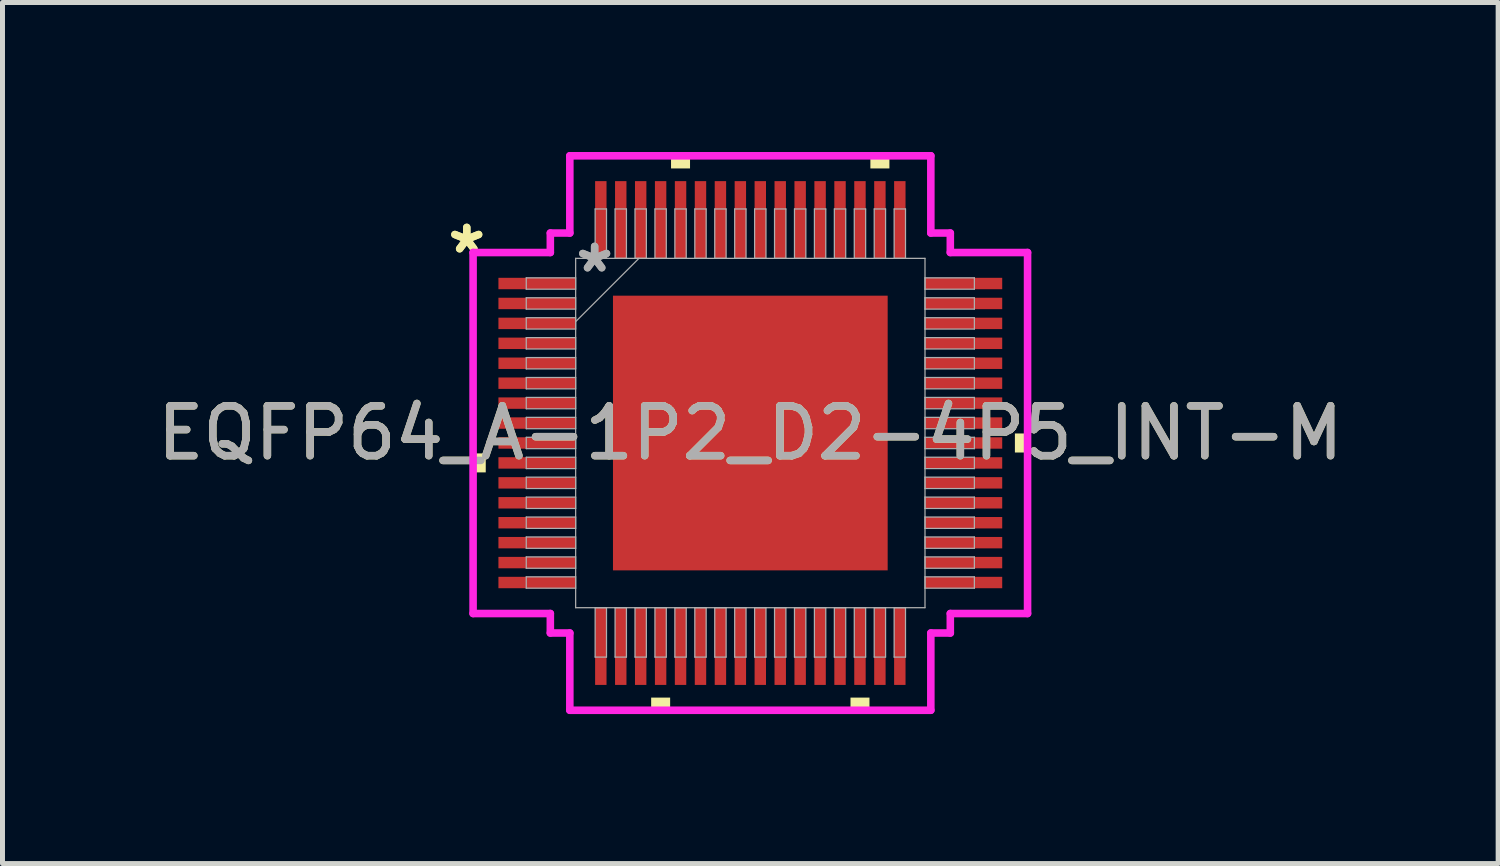
<source format=kicad_pcb>
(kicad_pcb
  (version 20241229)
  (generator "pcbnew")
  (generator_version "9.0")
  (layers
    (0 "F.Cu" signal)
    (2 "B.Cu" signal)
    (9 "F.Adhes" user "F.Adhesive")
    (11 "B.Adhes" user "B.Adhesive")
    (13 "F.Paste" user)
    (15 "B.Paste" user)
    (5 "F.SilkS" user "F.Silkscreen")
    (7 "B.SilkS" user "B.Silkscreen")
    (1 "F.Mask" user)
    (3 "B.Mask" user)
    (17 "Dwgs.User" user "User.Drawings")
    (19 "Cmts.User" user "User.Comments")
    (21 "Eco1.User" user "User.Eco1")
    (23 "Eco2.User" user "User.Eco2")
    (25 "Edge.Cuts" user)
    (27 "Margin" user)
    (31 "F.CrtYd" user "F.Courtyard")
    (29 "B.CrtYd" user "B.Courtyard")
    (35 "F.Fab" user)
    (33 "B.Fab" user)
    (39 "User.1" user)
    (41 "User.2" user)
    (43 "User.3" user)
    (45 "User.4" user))
  (footprint "EQFP64_A-1P2_D2-4P5_INT-M"
    (layer "F.Cu")
    (at 12.006 5.639)
    (property "Reference" "EQFP64_A-1P2_D2-4P5_INT-M" (at 0 0 0) (unlocked yes) (layer "F.SilkS") (effects (font (size 1 1) (thickness 0.15))))
    (attr smd)
    (fp_poly (pts (xy -5.563 0.409) (xy -5.563 0.79) (xy -5.309 0.79) (xy -5.309 0.409)) (stroke (width 0) (type solid)) (fill yes) (layer "F.SilkS"))
    (fp_poly (pts (xy -1.99 5.309) (xy -1.99 5.563) (xy -1.609 5.563) (xy -1.609 5.309)) (stroke (width 0) (type solid)) (fill yes) (layer "F.SilkS"))
    (fp_poly (pts (xy -1.591 -5.309) (xy -1.591 -5.563) (xy -1.21 -5.563) (xy -1.21 -5.309)) (stroke (width 0) (type solid)) (fill yes) (layer "F.SilkS"))
    (fp_poly (pts (xy 2.01 5.309) (xy 2.01 5.563) (xy 2.391 5.563) (xy 2.391 5.309)) (stroke (width 0) (type solid)) (fill yes) (layer "F.SilkS"))
    (fp_poly (pts (xy 2.409 -5.309) (xy 2.409 -5.563) (xy 2.791 -5.563) (xy 2.791 -5.309)) (stroke (width 0) (type solid)) (fill yes) (layer "F.SilkS"))
    (fp_poly (pts (xy 5.563 0.009) (xy 5.563 0.391) (xy 5.309 0.391) (xy 5.309 0.009)) (stroke (width 0) (type solid)) (fill yes) (layer "F.SilkS"))
    (fp_poly (pts (xy -2.656 -2.656) (xy -2.656 -1.478) (xy -1.478 -1.478) (xy -1.478 -2.656)) (stroke (width 0) (type solid)) (fill yes) (layer "F.Paste"))
    (fp_poly (pts (xy -2.656 -1.278) (xy -2.656 -0.1) (xy -1.478 -0.1) (xy -1.478 -1.278)) (stroke (width 0) (type solid)) (fill yes) (layer "F.Paste"))
    (fp_poly (pts (xy -2.656 0.1) (xy -2.656 1.278) (xy -1.478 1.278) (xy -1.478 0.1)) (stroke (width 0) (type solid)) (fill yes) (layer "F.Paste"))
    (fp_poly (pts (xy -2.656 1.478) (xy -2.656 2.656) (xy -1.478 2.656) (xy -1.478 1.478)) (stroke (width 0) (type solid)) (fill yes) (layer "F.Paste"))
    (fp_poly (pts (xy -1.278 -2.656) (xy -1.278 -1.478) (xy -0.1 -1.478) (xy -0.1 -2.656)) (stroke (width 0) (type solid)) (fill yes) (layer "F.Paste"))
    (fp_poly (pts (xy -1.278 -1.278) (xy -1.278 -0.1) (xy -0.1 -0.1) (xy -0.1 -1.278)) (stroke (width 0) (type solid)) (fill yes) (layer "F.Paste"))
    (fp_poly (pts (xy -1.278 0.1) (xy -1.278 1.278) (xy -0.1 1.278) (xy -0.1 0.1)) (stroke (width 0) (type solid)) (fill yes) (layer "F.Paste"))
    (fp_poly (pts (xy -1.278 1.478) (xy -1.278 2.656) (xy -0.1 2.656) (xy -0.1 1.478)) (stroke (width 0) (type solid)) (fill yes) (layer "F.Paste"))
    (fp_poly (pts (xy 0.1 -2.656) (xy 0.1 -1.478) (xy 1.278 -1.478) (xy 1.278 -2.656)) (stroke (width 0) (type solid)) (fill yes) (layer "F.Paste"))
    (fp_poly (pts (xy 0.1 -1.278) (xy 0.1 -0.1) (xy 1.278 -0.1) (xy 1.278 -1.278)) (stroke (width 0) (type solid)) (fill yes) (layer "F.Paste"))
    (fp_poly (pts (xy 0.1 0.1) (xy 0.1 1.278) (xy 1.278 1.278) (xy 1.278 0.1)) (stroke (width 0) (type solid)) (fill yes) (layer "F.Paste"))
    (fp_poly (pts (xy 0.1 1.478) (xy 0.1 2.656) (xy 1.278 2.656) (xy 1.278 1.478)) (stroke (width 0) (type solid)) (fill yes) (layer "F.Paste"))
    (fp_poly (pts (xy 1.478 -2.656) (xy 1.478 -1.478) (xy 2.656 -1.478) (xy 2.656 -2.656)) (stroke (width 0) (type solid)) (fill yes) (layer "F.Paste"))
    (fp_poly (pts (xy 1.478 -1.278) (xy 1.478 -0.1) (xy 2.656 -0.1) (xy 2.656 -1.278)) (stroke (width 0) (type solid)) (fill yes) (layer "F.Paste"))
    (fp_poly (pts (xy 1.478 0.1) (xy 1.478 1.278) (xy 2.656 1.278) (xy 2.656 0.1)) (stroke (width 0) (type solid)) (fill yes) (layer "F.Paste"))
    (fp_poly (pts (xy 1.478 1.478) (xy 1.478 2.656) (xy 2.656 2.656) (xy 2.656 1.478)) (stroke (width 0) (type solid)) (fill yes) (layer "F.Paste"))
    (fp_line (start -5.563 -3.622) (end -4.013 -3.622) (stroke (width 0.152) (type solid)) (layer "F.CrtYd"))
    (fp_line (start -5.563 3.622) (end -5.563 -3.622) (stroke (width 0.152) (type solid)) (layer "F.CrtYd"))
    (fp_line (start -4.013 -4.013) (end -3.622 -4.013) (stroke (width 0.152) (type solid)) (layer "F.CrtYd"))
    (fp_line (start -4.013 -3.622) (end -4.013 -4.013) (stroke (width 0.152) (type solid)) (layer "F.CrtYd"))
    (fp_line (start -4.013 3.622) (end -5.563 3.622) (stroke (width 0.152) (type solid)) (layer "F.CrtYd"))
    (fp_line (start -4.013 4.013) (end -4.013 3.622) (stroke (width 0.152) (type solid)) (layer "F.CrtYd"))
    (fp_line (start -4.013 4.013) (end -3.622 4.013) (stroke (width 0.152) (type solid)) (layer "F.CrtYd"))
    (fp_line (start -3.622 -5.563) (end 3.622 -5.563) (stroke (width 0.152) (type solid)) (layer "F.CrtYd"))
    (fp_line (start -3.622 -4.013) (end -3.622 -5.563) (stroke (width 0.152) (type solid)) (layer "F.CrtYd"))
    (fp_line (start -3.622 4.013) (end -3.622 5.563) (stroke (width 0.152) (type solid)) (layer "F.CrtYd"))
    (fp_line (start -3.622 5.563) (end 3.622 5.563) (stroke (width 0.152) (type solid)) (layer "F.CrtYd"))
    (fp_line (start 3.622 -5.563) (end 3.622 -4.013) (stroke (width 0.152) (type solid)) (layer "F.CrtYd"))
    (fp_line (start 3.622 -4.013) (end 4.013 -4.013) (stroke (width 0.152) (type solid)) (layer "F.CrtYd"))
    (fp_line (start 3.622 4.013) (end 4.013 4.013) (stroke (width 0.152) (type solid)) (layer "F.CrtYd"))
    (fp_line (start 3.622 5.563) (end 3.622 4.013) (stroke (width 0.152) (type solid)) (layer "F.CrtYd"))
    (fp_line (start 4.013 -3.622) (end 4.013 -4.013) (stroke (width 0.152) (type solid)) (layer "F.CrtYd"))
    (fp_line (start 4.013 3.622) (end 5.563 3.622) (stroke (width 0.152) (type solid)) (layer "F.CrtYd"))
    (fp_line (start 4.013 4.013) (end 4.013 3.622) (stroke (width 0.152) (type solid)) (layer "F.CrtYd"))
    (fp_line (start 5.563 -3.622) (end 4.013 -3.622) (stroke (width 0.152) (type solid)) (layer "F.CrtYd"))
    (fp_line (start 5.563 3.622) (end 5.563 -3.622) (stroke (width 0.152) (type solid)) (layer "F.CrtYd"))
    (fp_line (start -4.496 -3.114) (end -4.496 -2.886) (stroke (width 0.025) (type solid)) (layer "F.Fab"))
    (fp_line (start -4.496 -2.886) (end -3.505 -2.886) (stroke (width 0.025) (type solid)) (layer "F.Fab"))
    (fp_line (start -4.496 -2.714) (end -4.496 -2.486) (stroke (width 0.025) (type solid)) (layer "F.Fab"))
    (fp_line (start -4.496 -2.486) (end -3.505 -2.486) (stroke (width 0.025) (type solid)) (layer "F.Fab"))
    (fp_line (start -4.496 -2.314) (end -4.496 -2.086) (stroke (width 0.025) (type solid)) (layer "F.Fab"))
    (fp_line (start -4.496 -2.086) (end -3.505 -2.086) (stroke (width 0.025) (type solid)) (layer "F.Fab"))
    (fp_line (start -4.496 -1.914) (end -4.496 -1.686) (stroke (width 0.025) (type solid)) (layer "F.Fab"))
    (fp_line (start -4.496 -1.686) (end -3.505 -1.686) (stroke (width 0.025) (type solid)) (layer "F.Fab"))
    (fp_line (start -4.496 -1.514) (end -4.496 -1.286) (stroke (width 0.025) (type solid)) (layer "F.Fab"))
    (fp_line (start -4.496 -1.286) (end -3.505 -1.286) (stroke (width 0.025) (type solid)) (layer "F.Fab"))
    (fp_line (start -4.496 -1.114) (end -4.496 -0.886) (stroke (width 0.025) (type solid)) (layer "F.Fab"))
    (fp_line (start -4.496 -0.886) (end -3.505 -0.886) (stroke (width 0.025) (type solid)) (layer "F.Fab"))
    (fp_line (start -4.496 -0.714) (end -4.496 -0.486) (stroke (width 0.025) (type solid)) (layer "F.Fab"))
    (fp_line (start -4.496 -0.486) (end -3.505 -0.486) (stroke (width 0.025) (type solid)) (layer "F.Fab"))
    (fp_line (start -4.496 -0.314) (end -4.496 -0.086) (stroke (width 0.025) (type solid)) (layer "F.Fab"))
    (fp_line (start -4.496 -0.086) (end -3.505 -0.086) (stroke (width 0.025) (type solid)) (layer "F.Fab"))
    (fp_line (start -4.496 0.086) (end -4.496 0.314) (stroke (width 0.025) (type solid)) (layer "F.Fab"))
    (fp_line (start -4.496 0.314) (end -3.505 0.314) (stroke (width 0.025) (type solid)) (layer "F.Fab"))
    (fp_line (start -4.496 0.486) (end -4.496 0.714) (stroke (width 0.025) (type solid)) (layer "F.Fab"))
    (fp_line (start -4.496 0.714) (end -3.505 0.714) (stroke (width 0.025) (type solid)) (layer "F.Fab"))
    (fp_line (start -4.496 0.886) (end -4.496 1.114) (stroke (width 0.025) (type solid)) (layer "F.Fab"))
    (fp_line (start -4.496 1.114) (end -3.505 1.114) (stroke (width 0.025) (type solid)) (layer "F.Fab"))
    (fp_line (start -4.496 1.286) (end -4.496 1.514) (stroke (width 0.025) (type solid)) (layer "F.Fab"))
    (fp_line (start -4.496 1.514) (end -3.505 1.514) (stroke (width 0.025) (type solid)) (layer "F.Fab"))
    (fp_line (start -4.496 1.686) (end -4.496 1.914) (stroke (width 0.025) (type solid)) (layer "F.Fab"))
    (fp_line (start -4.496 1.914) (end -3.505 1.914) (stroke (width 0.025) (type solid)) (layer "F.Fab"))
    (fp_line (start -4.496 2.086) (end -4.496 2.314) (stroke (width 0.025) (type solid)) (layer "F.Fab"))
    (fp_line (start -4.496 2.314) (end -3.505 2.314) (stroke (width 0.025) (type solid)) (layer "F.Fab"))
    (fp_line (start -4.496 2.486) (end -4.496 2.714) (stroke (width 0.025) (type solid)) (layer "F.Fab"))
    (fp_line (start -4.496 2.714) (end -3.505 2.714) (stroke (width 0.025) (type solid)) (layer "F.Fab"))
    (fp_line (start -4.496 2.886) (end -4.496 3.114) (stroke (width 0.025) (type solid)) (layer "F.Fab"))
    (fp_line (start -4.496 3.114) (end -3.505 3.114) (stroke (width 0.025) (type solid)) (layer "F.Fab"))
    (fp_line (start -3.505 -3.505) (end -3.505 3.505) (stroke (width 0.025) (type solid)) (layer "F.Fab"))
    (fp_line (start -3.505 -3.114) (end -4.496 -3.114) (stroke (width 0.025) (type solid)) (layer "F.Fab"))
    (fp_line (start -3.505 -2.886) (end -3.505 -3.114) (stroke (width 0.025) (type solid)) (layer "F.Fab"))
    (fp_line (start -3.505 -2.714) (end -4.496 -2.714) (stroke (width 0.025) (type solid)) (layer "F.Fab"))
    (fp_line (start -3.505 -2.486) (end -3.505 -2.714) (stroke (width 0.025) (type solid)) (layer "F.Fab"))
    (fp_line (start -3.505 -2.314) (end -4.496 -2.314) (stroke (width 0.025) (type solid)) (layer "F.Fab"))
    (fp_line (start -3.505 -2.235) (end -2.235 -3.505) (stroke (width 0.025) (type solid)) (layer "F.Fab"))
    (fp_line (start -3.505 -2.086) (end -3.505 -2.314) (stroke (width 0.025) (type solid)) (layer "F.Fab"))
    (fp_line (start -3.505 -1.914) (end -4.496 -1.914) (stroke (width 0.025) (type solid)) (layer "F.Fab"))
    (fp_line (start -3.505 -1.686) (end -3.505 -1.914) (stroke (width 0.025) (type solid)) (layer "F.Fab"))
    (fp_line (start -3.505 -1.514) (end -4.496 -1.514) (stroke (width 0.025) (type solid)) (layer "F.Fab"))
    (fp_line (start -3.505 -1.286) (end -3.505 -1.514) (stroke (width 0.025) (type solid)) (layer "F.Fab"))
    (fp_line (start -3.505 -1.114) (end -4.496 -1.114) (stroke (width 0.025) (type solid)) (layer "F.Fab"))
    (fp_line (start -3.505 -0.886) (end -3.505 -1.114) (stroke (width 0.025) (type solid)) (layer "F.Fab"))
    (fp_line (start -3.505 -0.714) (end -4.496 -0.714) (stroke (width 0.025) (type solid)) (layer "F.Fab"))
    (fp_line (start -3.505 -0.486) (end -3.505 -0.714) (stroke (width 0.025) (type solid)) (layer "F.Fab"))
    (fp_line (start -3.505 -0.314) (end -4.496 -0.314) (stroke (width 0.025) (type solid)) (layer "F.Fab"))
    (fp_line (start -3.505 -0.086) (end -3.505 -0.314) (stroke (width 0.025) (type solid)) (layer "F.Fab"))
    (fp_line (start -3.505 0.086) (end -4.496 0.086) (stroke (width 0.025) (type solid)) (layer "F.Fab"))
    (fp_line (start -3.505 0.314) (end -3.505 0.086) (stroke (width 0.025) (type solid)) (layer "F.Fab"))
    (fp_line (start -3.505 0.486) (end -4.496 0.486) (stroke (width 0.025) (type solid)) (layer "F.Fab"))
    (fp_line (start -3.505 0.714) (end -3.505 0.486) (stroke (width 0.025) (type solid)) (layer "F.Fab"))
    (fp_line (start -3.505 0.886) (end -4.496 0.886) (stroke (width 0.025) (type solid)) (layer "F.Fab"))
    (fp_line (start -3.505 1.114) (end -3.505 0.886) (stroke (width 0.025) (type solid)) (layer "F.Fab"))
    (fp_line (start -3.505 1.286) (end -4.496 1.286) (stroke (width 0.025) (type solid)) (layer "F.Fab"))
    (fp_line (start -3.505 1.514) (end -3.505 1.286) (stroke (width 0.025) (type solid)) (layer "F.Fab"))
    (fp_line (start -3.505 1.686) (end -4.496 1.686) (stroke (width 0.025) (type solid)) (layer "F.Fab"))
    (fp_line (start -3.505 1.914) (end -3.505 1.686) (stroke (width 0.025) (type solid)) (layer "F.Fab"))
    (fp_line (start -3.505 2.086) (end -4.496 2.086) (stroke (width 0.025) (type solid)) (layer "F.Fab"))
    (fp_line (start -3.505 2.314) (end -3.505 2.086) (stroke (width 0.025) (type solid)) (layer "F.Fab"))
    (fp_line (start -3.505 2.486) (end -4.496 2.486) (stroke (width 0.025) (type solid)) (layer "F.Fab"))
    (fp_line (start -3.505 2.714) (end -3.505 2.486) (stroke (width 0.025) (type solid)) (layer "F.Fab"))
    (fp_line (start -3.505 2.886) (end -4.496 2.886) (stroke (width 0.025) (type solid)) (layer "F.Fab"))
    (fp_line (start -3.505 3.114) (end -3.505 2.886) (stroke (width 0.025) (type solid)) (layer "F.Fab"))
    (fp_line (start -3.505 3.505) (end 3.505 3.505) (stroke (width 0.025) (type solid)) (layer "F.Fab"))
    (fp_line (start -3.114 -4.496) (end -3.114 -3.505) (stroke (width 0.025) (type solid)) (layer "F.Fab"))
    (fp_line (start -3.114 -3.505) (end -2.886 -3.505) (stroke (width 0.025) (type solid)) (layer "F.Fab"))
    (fp_line (start -3.114 3.505) (end -3.114 4.496) (stroke (width 0.025) (type solid)) (layer "F.Fab"))
    (fp_line (start -3.114 4.496) (end -2.886 4.496) (stroke (width 0.025) (type solid)) (layer "F.Fab"))
    (fp_line (start -2.886 -4.496) (end -3.114 -4.496) (stroke (width 0.025) (type solid)) (layer "F.Fab"))
    (fp_line (start -2.886 -3.505) (end -2.886 -4.496) (stroke (width 0.025) (type solid)) (layer "F.Fab"))
    (fp_line (start -2.886 3.505) (end -3.114 3.505) (stroke (width 0.025) (type solid)) (layer "F.Fab"))
    (fp_line (start -2.886 4.496) (end -2.886 3.505) (stroke (width 0.025) (type solid)) (layer "F.Fab"))
    (fp_line (start -2.714 -4.496) (end -2.714 -3.505) (stroke (width 0.025) (type solid)) (layer "F.Fab"))
    (fp_line (start -2.714 -3.505) (end -2.486 -3.505) (stroke (width 0.025) (type solid)) (layer "F.Fab"))
    (fp_line (start -2.714 3.505) (end -2.714 4.496) (stroke (width 0.025) (type solid)) (layer "F.Fab"))
    (fp_line (start -2.714 4.496) (end -2.486 4.496) (stroke (width 0.025) (type solid)) (layer "F.Fab"))
    (fp_line (start -2.486 -4.496) (end -2.714 -4.496) (stroke (width 0.025) (type solid)) (layer "F.Fab"))
    (fp_line (start -2.486 -3.505) (end -2.486 -4.496) (stroke (width 0.025) (type solid)) (layer "F.Fab"))
    (fp_line (start -2.486 3.505) (end -2.714 3.505) (stroke (width 0.025) (type solid)) (layer "F.Fab"))
    (fp_line (start -2.486 4.496) (end -2.486 3.505) (stroke (width 0.025) (type solid)) (layer "F.Fab"))
    (fp_line (start -2.314 -4.496) (end -2.314 -3.505) (stroke (width 0.025) (type solid)) (layer "F.Fab"))
    (fp_line (start -2.314 -3.505) (end -2.086 -3.505) (stroke (width 0.025) (type solid)) (layer "F.Fab"))
    (fp_line (start -2.314 3.505) (end -2.314 4.496) (stroke (width 0.025) (type solid)) (layer "F.Fab"))
    (fp_line (start -2.314 4.496) (end -2.086 4.496) (stroke (width 0.025) (type solid)) (layer "F.Fab"))
    (fp_line (start -2.086 -4.496) (end -2.314 -4.496) (stroke (width 0.025) (type solid)) (layer "F.Fab"))
    (fp_line (start -2.086 -3.505) (end -2.086 -4.496) (stroke (width 0.025) (type solid)) (layer "F.Fab"))
    (fp_line (start -2.086 3.505) (end -2.314 3.505) (stroke (width 0.025) (type solid)) (layer "F.Fab"))
    (fp_line (start -2.086 4.496) (end -2.086 3.505) (stroke (width 0.025) (type solid)) (layer "F.Fab"))
    (fp_line (start -1.914 -4.496) (end -1.914 -3.505) (stroke (width 0.025) (type solid)) (layer "F.Fab"))
    (fp_line (start -1.914 -3.505) (end -1.686 -3.505) (stroke (width 0.025) (type solid)) (layer "F.Fab"))
    (fp_line (start -1.914 3.505) (end -1.914 4.496) (stroke (width 0.025) (type solid)) (layer "F.Fab"))
    (fp_line (start -1.914 4.496) (end -1.686 4.496) (stroke (width 0.025) (type solid)) (layer "F.Fab"))
    (fp_line (start -1.686 -4.496) (end -1.914 -4.496) (stroke (width 0.025) (type solid)) (layer "F.Fab"))
    (fp_line (start -1.686 -3.505) (end -1.686 -4.496) (stroke (width 0.025) (type solid)) (layer "F.Fab"))
    (fp_line (start -1.686 3.505) (end -1.914 3.505) (stroke (width 0.025) (type solid)) (layer "F.Fab"))
    (fp_line (start -1.686 4.496) (end -1.686 3.505) (stroke (width 0.025) (type solid)) (layer "F.Fab"))
    (fp_line (start -1.514 -4.496) (end -1.514 -3.505) (stroke (width 0.025) (type solid)) (layer "F.Fab"))
    (fp_line (start -1.514 -3.505) (end -1.286 -3.505) (stroke (width 0.025) (type solid)) (layer "F.Fab"))
    (fp_line (start -1.514 3.505) (end -1.514 4.496) (stroke (width 0.025) (type solid)) (layer "F.Fab"))
    (fp_line (start -1.514 4.496) (end -1.286 4.496) (stroke (width 0.025) (type solid)) (layer "F.Fab"))
    (fp_line (start -1.286 -4.496) (end -1.514 -4.496) (stroke (width 0.025) (type solid)) (layer "F.Fab"))
    (fp_line (start -1.286 -3.505) (end -1.286 -4.496) (stroke (width 0.025) (type solid)) (layer "F.Fab"))
    (fp_line (start -1.286 3.505) (end -1.514 3.505) (stroke (width 0.025) (type solid)) (layer "F.Fab"))
    (fp_line (start -1.286 4.496) (end -1.286 3.505) (stroke (width 0.025) (type solid)) (layer "F.Fab"))
    (fp_line (start -1.114 -4.496) (end -1.114 -3.505) (stroke (width 0.025) (type solid)) (layer "F.Fab"))
    (fp_line (start -1.114 -3.505) (end -0.886 -3.505) (stroke (width 0.025) (type solid)) (layer "F.Fab"))
    (fp_line (start -1.114 3.505) (end -1.114 4.496) (stroke (width 0.025) (type solid)) (layer "F.Fab"))
    (fp_line (start -1.114 4.496) (end -0.886 4.496) (stroke (width 0.025) (type solid)) (layer "F.Fab"))
    (fp_line (start -0.886 -4.496) (end -1.114 -4.496) (stroke (width 0.025) (type solid)) (layer "F.Fab"))
    (fp_line (start -0.886 -3.505) (end -0.886 -4.496) (stroke (width 0.025) (type solid)) (layer "F.Fab"))
    (fp_line (start -0.886 3.505) (end -1.114 3.505) (stroke (width 0.025) (type solid)) (layer "F.Fab"))
    (fp_line (start -0.886 4.496) (end -0.886 3.505) (stroke (width 0.025) (type solid)) (layer "F.Fab"))
    (fp_line (start -0.714 -4.496) (end -0.714 -3.505) (stroke (width 0.025) (type solid)) (layer "F.Fab"))
    (fp_line (start -0.714 -3.505) (end -0.486 -3.505) (stroke (width 0.025) (type solid)) (layer "F.Fab"))
    (fp_line (start -0.714 3.505) (end -0.714 4.496) (stroke (width 0.025) (type solid)) (layer "F.Fab"))
    (fp_line (start -0.714 4.496) (end -0.486 4.496) (stroke (width 0.025) (type solid)) (layer "F.Fab"))
    (fp_line (start -0.486 -4.496) (end -0.714 -4.496) (stroke (width 0.025) (type solid)) (layer "F.Fab"))
    (fp_line (start -0.486 -3.505) (end -0.486 -4.496) (stroke (width 0.025) (type solid)) (layer "F.Fab"))
    (fp_line (start -0.486 3.505) (end -0.714 3.505) (stroke (width 0.025) (type solid)) (layer "F.Fab"))
    (fp_line (start -0.486 4.496) (end -0.486 3.505) (stroke (width 0.025) (type solid)) (layer "F.Fab"))
    (fp_line (start -0.314 -4.496) (end -0.314 -3.505) (stroke (width 0.025) (type solid)) (layer "F.Fab"))
    (fp_line (start -0.314 -3.505) (end -0.086 -3.505) (stroke (width 0.025) (type solid)) (layer "F.Fab"))
    (fp_line (start -0.314 3.505) (end -0.314 4.496) (stroke (width 0.025) (type solid)) (layer "F.Fab"))
    (fp_line (start -0.314 4.496) (end -0.086 4.496) (stroke (width 0.025) (type solid)) (layer "F.Fab"))
    (fp_line (start -0.086 -4.496) (end -0.314 -4.496) (stroke (width 0.025) (type solid)) (layer "F.Fab"))
    (fp_line (start -0.086 -3.505) (end -0.086 -4.496) (stroke (width 0.025) (type solid)) (layer "F.Fab"))
    (fp_line (start -0.086 3.505) (end -0.314 3.505) (stroke (width 0.025) (type solid)) (layer "F.Fab"))
    (fp_line (start -0.086 4.496) (end -0.086 3.505) (stroke (width 0.025) (type solid)) (layer "F.Fab"))
    (fp_line (start 0.086 -4.496) (end 0.086 -3.505) (stroke (width 0.025) (type solid)) (layer "F.Fab"))
    (fp_line (start 0.086 -3.505) (end 0.314 -3.505) (stroke (width 0.025) (type solid)) (layer "F.Fab"))
    (fp_line (start 0.086 3.505) (end 0.086 4.496) (stroke (width 0.025) (type solid)) (layer "F.Fab"))
    (fp_line (start 0.086 4.496) (end 0.314 4.496) (stroke (width 0.025) (type solid)) (layer "F.Fab"))
    (fp_line (start 0.314 -4.496) (end 0.086 -4.496) (stroke (width 0.025) (type solid)) (layer "F.Fab"))
    (fp_line (start 0.314 -3.505) (end 0.314 -4.496) (stroke (width 0.025) (type solid)) (layer "F.Fab"))
    (fp_line (start 0.314 3.505) (end 0.086 3.505) (stroke (width 0.025) (type solid)) (layer "F.Fab"))
    (fp_line (start 0.314 4.496) (end 0.314 3.505) (stroke (width 0.025) (type solid)) (layer "F.Fab"))
    (fp_line (start 0.486 -4.496) (end 0.486 -3.505) (stroke (width 0.025) (type solid)) (layer "F.Fab"))
    (fp_line (start 0.486 -3.505) (end 0.714 -3.505) (stroke (width 0.025) (type solid)) (layer "F.Fab"))
    (fp_line (start 0.486 3.505) (end 0.486 4.496) (stroke (width 0.025) (type solid)) (layer "F.Fab"))
    (fp_line (start 0.486 4.496) (end 0.714 4.496) (stroke (width 0.025) (type solid)) (layer "F.Fab"))
    (fp_line (start 0.714 -4.496) (end 0.486 -4.496) (stroke (width 0.025) (type solid)) (layer "F.Fab"))
    (fp_line (start 0.714 -3.505) (end 0.714 -4.496) (stroke (width 0.025) (type solid)) (layer "F.Fab"))
    (fp_line (start 0.714 3.505) (end 0.486 3.505) (stroke (width 0.025) (type solid)) (layer "F.Fab"))
    (fp_line (start 0.714 4.496) (end 0.714 3.505) (stroke (width 0.025) (type solid)) (layer "F.Fab"))
    (fp_line (start 0.886 -4.496) (end 0.886 -3.505) (stroke (width 0.025) (type solid)) (layer "F.Fab"))
    (fp_line (start 0.886 -3.505) (end 1.114 -3.505) (stroke (width 0.025) (type solid)) (layer "F.Fab"))
    (fp_line (start 0.886 3.505) (end 0.886 4.496) (stroke (width 0.025) (type solid)) (layer "F.Fab"))
    (fp_line (start 0.886 4.496) (end 1.114 4.496) (stroke (width 0.025) (type solid)) (layer "F.Fab"))
    (fp_line (start 1.114 -4.496) (end 0.886 -4.496) (stroke (width 0.025) (type solid)) (layer "F.Fab"))
    (fp_line (start 1.114 -3.505) (end 1.114 -4.496) (stroke (width 0.025) (type solid)) (layer "F.Fab"))
    (fp_line (start 1.114 3.505) (end 0.886 3.505) (stroke (width 0.025) (type solid)) (layer "F.Fab"))
    (fp_line (start 1.114 4.496) (end 1.114 3.505) (stroke (width 0.025) (type solid)) (layer "F.Fab"))
    (fp_line (start 1.286 -4.496) (end 1.286 -3.505) (stroke (width 0.025) (type solid)) (layer "F.Fab"))
    (fp_line (start 1.286 -3.505) (end 1.514 -3.505) (stroke (width 0.025) (type solid)) (layer "F.Fab"))
    (fp_line (start 1.286 3.505) (end 1.286 4.496) (stroke (width 0.025) (type solid)) (layer "F.Fab"))
    (fp_line (start 1.286 4.496) (end 1.514 4.496) (stroke (width 0.025) (type solid)) (layer "F.Fab"))
    (fp_line (start 1.514 -4.496) (end 1.286 -4.496) (stroke (width 0.025) (type solid)) (layer "F.Fab"))
    (fp_line (start 1.514 -3.505) (end 1.514 -4.496) (stroke (width 0.025) (type solid)) (layer "F.Fab"))
    (fp_line (start 1.514 3.505) (end 1.286 3.505) (stroke (width 0.025) (type solid)) (layer "F.Fab"))
    (fp_line (start 1.514 4.496) (end 1.514 3.505) (stroke (width 0.025) (type solid)) (layer "F.Fab"))
    (fp_line (start 1.686 -4.496) (end 1.686 -3.505) (stroke (width 0.025) (type solid)) (layer "F.Fab"))
    (fp_line (start 1.686 -3.505) (end 1.914 -3.505) (stroke (width 0.025) (type solid)) (layer "F.Fab"))
    (fp_line (start 1.686 3.505) (end 1.686 4.496) (stroke (width 0.025) (type solid)) (layer "F.Fab"))
    (fp_line (start 1.686 4.496) (end 1.914 4.496) (stroke (width 0.025) (type solid)) (layer "F.Fab"))
    (fp_line (start 1.914 -4.496) (end 1.686 -4.496) (stroke (width 0.025) (type solid)) (layer "F.Fab"))
    (fp_line (start 1.914 -3.505) (end 1.914 -4.496) (stroke (width 0.025) (type solid)) (layer "F.Fab"))
    (fp_line (start 1.914 3.505) (end 1.686 3.505) (stroke (width 0.025) (type solid)) (layer "F.Fab"))
    (fp_line (start 1.914 4.496) (end 1.914 3.505) (stroke (width 0.025) (type solid)) (layer "F.Fab"))
    (fp_line (start 2.086 -4.496) (end 2.086 -3.505) (stroke (width 0.025) (type solid)) (layer "F.Fab"))
    (fp_line (start 2.086 -3.505) (end 2.314 -3.505) (stroke (width 0.025) (type solid)) (layer "F.Fab"))
    (fp_line (start 2.086 3.505) (end 2.086 4.496) (stroke (width 0.025) (type solid)) (layer "F.Fab"))
    (fp_line (start 2.086 4.496) (end 2.314 4.496) (stroke (width 0.025) (type solid)) (layer "F.Fab"))
    (fp_line (start 2.314 -4.496) (end 2.086 -4.496) (stroke (width 0.025) (type solid)) (layer "F.Fab"))
    (fp_line (start 2.314 -3.505) (end 2.314 -4.496) (stroke (width 0.025) (type solid)) (layer "F.Fab"))
    (fp_line (start 2.314 3.505) (end 2.086 3.505) (stroke (width 0.025) (type solid)) (layer "F.Fab"))
    (fp_line (start 2.314 4.496) (end 2.314 3.505) (stroke (width 0.025) (type solid)) (layer "F.Fab"))
    (fp_line (start 2.486 -4.496) (end 2.486 -3.505) (stroke (width 0.025) (type solid)) (layer "F.Fab"))
    (fp_line (start 2.486 -3.505) (end 2.714 -3.505) (stroke (width 0.025) (type solid)) (layer "F.Fab"))
    (fp_line (start 2.486 3.505) (end 2.486 4.496) (stroke (width 0.025) (type solid)) (layer "F.Fab"))
    (fp_line (start 2.486 4.496) (end 2.714 4.496) (stroke (width 0.025) (type solid)) (layer "F.Fab"))
    (fp_line (start 2.714 -4.496) (end 2.486 -4.496) (stroke (width 0.025) (type solid)) (layer "F.Fab"))
    (fp_line (start 2.714 -3.505) (end 2.714 -4.496) (stroke (width 0.025) (type solid)) (layer "F.Fab"))
    (fp_line (start 2.714 3.505) (end 2.486 3.505) (stroke (width 0.025) (type solid)) (layer "F.Fab"))
    (fp_line (start 2.714 4.496) (end 2.714 3.505) (stroke (width 0.025) (type solid)) (layer "F.Fab"))
    (fp_line (start 2.886 -4.496) (end 2.886 -3.505) (stroke (width 0.025) (type solid)) (layer "F.Fab"))
    (fp_line (start 2.886 -3.505) (end 3.114 -3.505) (stroke (width 0.025) (type solid)) (layer "F.Fab"))
    (fp_line (start 2.886 3.505) (end 2.886 4.496) (stroke (width 0.025) (type solid)) (layer "F.Fab"))
    (fp_line (start 2.886 4.496) (end 3.114 4.496) (stroke (width 0.025) (type solid)) (layer "F.Fab"))
    (fp_line (start 3.114 -4.496) (end 2.886 -4.496) (stroke (width 0.025) (type solid)) (layer "F.Fab"))
    (fp_line (start 3.114 -3.505) (end 3.114 -4.496) (stroke (width 0.025) (type solid)) (layer "F.Fab"))
    (fp_line (start 3.114 3.505) (end 2.886 3.505) (stroke (width 0.025) (type solid)) (layer "F.Fab"))
    (fp_line (start 3.114 4.496) (end 3.114 3.505) (stroke (width 0.025) (type solid)) (layer "F.Fab"))
    (fp_line (start 3.505 -3.505) (end -3.505 -3.505) (stroke (width 0.025) (type solid)) (layer "F.Fab"))
    (fp_line (start 3.505 -3.114) (end 3.505 -2.886) (stroke (width 0.025) (type solid)) (layer "F.Fab"))
    (fp_line (start 3.505 -2.886) (end 4.496 -2.886) (stroke (width 0.025) (type solid)) (layer "F.Fab"))
    (fp_line (start 3.505 -2.714) (end 3.505 -2.486) (stroke (width 0.025) (type solid)) (layer "F.Fab"))
    (fp_line (start 3.505 -2.486) (end 4.496 -2.486) (stroke (width 0.025) (type solid)) (layer "F.Fab"))
    (fp_line (start 3.505 -2.314) (end 3.505 -2.086) (stroke (width 0.025) (type solid)) (layer "F.Fab"))
    (fp_line (start 3.505 -2.086) (end 4.496 -2.086) (stroke (width 0.025) (type solid)) (layer "F.Fab"))
    (fp_line (start 3.505 -1.914) (end 3.505 -1.686) (stroke (width 0.025) (type solid)) (layer "F.Fab"))
    (fp_line (start 3.505 -1.686) (end 4.496 -1.686) (stroke (width 0.025) (type solid)) (layer "F.Fab"))
    (fp_line (start 3.505 -1.514) (end 3.505 -1.286) (stroke (width 0.025) (type solid)) (layer "F.Fab"))
    (fp_line (start 3.505 -1.286) (end 4.496 -1.286) (stroke (width 0.025) (type solid)) (layer "F.Fab"))
    (fp_line (start 3.505 -1.114) (end 3.505 -0.886) (stroke (width 0.025) (type solid)) (layer "F.Fab"))
    (fp_line (start 3.505 -0.886) (end 4.496 -0.886) (stroke (width 0.025) (type solid)) (layer "F.Fab"))
    (fp_line (start 3.505 -0.714) (end 3.505 -0.486) (stroke (width 0.025) (type solid)) (layer "F.Fab"))
    (fp_line (start 3.505 -0.486) (end 4.496 -0.486) (stroke (width 0.025) (type solid)) (layer "F.Fab"))
    (fp_line (start 3.505 -0.314) (end 3.505 -0.086) (stroke (width 0.025) (type solid)) (layer "F.Fab"))
    (fp_line (start 3.505 -0.086) (end 4.496 -0.086) (stroke (width 0.025) (type solid)) (layer "F.Fab"))
    (fp_line (start 3.505 0.086) (end 3.505 0.314) (stroke (width 0.025) (type solid)) (layer "F.Fab"))
    (fp_line (start 3.505 0.314) (end 4.496 0.314) (stroke (width 0.025) (type solid)) (layer "F.Fab"))
    (fp_line (start 3.505 0.486) (end 3.505 0.714) (stroke (width 0.025) (type solid)) (layer "F.Fab"))
    (fp_line (start 3.505 0.714) (end 4.496 0.714) (stroke (width 0.025) (type solid)) (layer "F.Fab"))
    (fp_line (start 3.505 0.886) (end 3.505 1.114) (stroke (width 0.025) (type solid)) (layer "F.Fab"))
    (fp_line (start 3.505 1.114) (end 4.496 1.114) (stroke (width 0.025) (type solid)) (layer "F.Fab"))
    (fp_line (start 3.505 1.286) (end 3.505 1.514) (stroke (width 0.025) (type solid)) (layer "F.Fab"))
    (fp_line (start 3.505 1.514) (end 4.496 1.514) (stroke (width 0.025) (type solid)) (layer "F.Fab"))
    (fp_line (start 3.505 1.686) (end 3.505 1.914) (stroke (width 0.025) (type solid)) (layer "F.Fab"))
    (fp_line (start 3.505 1.914) (end 4.496 1.914) (stroke (width 0.025) (type solid)) (layer "F.Fab"))
    (fp_line (start 3.505 2.086) (end 3.505 2.314) (stroke (width 0.025) (type solid)) (layer "F.Fab"))
    (fp_line (start 3.505 2.314) (end 4.496 2.314) (stroke (width 0.025) (type solid)) (layer "F.Fab"))
    (fp_line (start 3.505 2.486) (end 3.505 2.714) (stroke (width 0.025) (type solid)) (layer "F.Fab"))
    (fp_line (start 3.505 2.714) (end 4.496 2.714) (stroke (width 0.025) (type solid)) (layer "F.Fab"))
    (fp_line (start 3.505 2.886) (end 3.505 3.114) (stroke (width 0.025) (type solid)) (layer "F.Fab"))
    (fp_line (start 3.505 3.114) (end 4.496 3.114) (stroke (width 0.025) (type solid)) (layer "F.Fab"))
    (fp_line (start 3.505 3.505) (end 3.505 -3.505) (stroke (width 0.025) (type solid)) (layer "F.Fab"))
    (fp_line (start 4.496 -3.114) (end 3.505 -3.114) (stroke (width 0.025) (type solid)) (layer "F.Fab"))
    (fp_line (start 4.496 -2.886) (end 4.496 -3.114) (stroke (width 0.025) (type solid)) (layer "F.Fab"))
    (fp_line (start 4.496 -2.714) (end 3.505 -2.714) (stroke (width 0.025) (type solid)) (layer "F.Fab"))
    (fp_line (start 4.496 -2.486) (end 4.496 -2.714) (stroke (width 0.025) (type solid)) (layer "F.Fab"))
    (fp_line (start 4.496 -2.314) (end 3.505 -2.314) (stroke (width 0.025) (type solid)) (layer "F.Fab"))
    (fp_line (start 4.496 -2.086) (end 4.496 -2.314) (stroke (width 0.025) (type solid)) (layer "F.Fab"))
    (fp_line (start 4.496 -1.914) (end 3.505 -1.914) (stroke (width 0.025) (type solid)) (layer "F.Fab"))
    (fp_line (start 4.496 -1.686) (end 4.496 -1.914) (stroke (width 0.025) (type solid)) (layer "F.Fab"))
    (fp_line (start 4.496 -1.514) (end 3.505 -1.514) (stroke (width 0.025) (type solid)) (layer "F.Fab"))
    (fp_line (start 4.496 -1.286) (end 4.496 -1.514) (stroke (width 0.025) (type solid)) (layer "F.Fab"))
    (fp_line (start 4.496 -1.114) (end 3.505 -1.114) (stroke (width 0.025) (type solid)) (layer "F.Fab"))
    (fp_line (start 4.496 -0.886) (end 4.496 -1.114) (stroke (width 0.025) (type solid)) (layer "F.Fab"))
    (fp_line (start 4.496 -0.714) (end 3.505 -0.714) (stroke (width 0.025) (type solid)) (layer "F.Fab"))
    (fp_line (start 4.496 -0.486) (end 4.496 -0.714) (stroke (width 0.025) (type solid)) (layer "F.Fab"))
    (fp_line (start 4.496 -0.314) (end 3.505 -0.314) (stroke (width 0.025) (type solid)) (layer "F.Fab"))
    (fp_line (start 4.496 -0.086) (end 4.496 -0.314) (stroke (width 0.025) (type solid)) (layer "F.Fab"))
    (fp_line (start 4.496 0.086) (end 3.505 0.086) (stroke (width 0.025) (type solid)) (layer "F.Fab"))
    (fp_line (start 4.496 0.314) (end 4.496 0.086) (stroke (width 0.025) (type solid)) (layer "F.Fab"))
    (fp_line (start 4.496 0.486) (end 3.505 0.486) (stroke (width 0.025) (type solid)) (layer "F.Fab"))
    (fp_line (start 4.496 0.714) (end 4.496 0.486) (stroke (width 0.025) (type solid)) (layer "F.Fab"))
    (fp_line (start 4.496 0.886) (end 3.505 0.886) (stroke (width 0.025) (type solid)) (layer "F.Fab"))
    (fp_line (start 4.496 1.114) (end 4.496 0.886) (stroke (width 0.025) (type solid)) (layer "F.Fab"))
    (fp_line (start 4.496 1.286) (end 3.505 1.286) (stroke (width 0.025) (type solid)) (layer "F.Fab"))
    (fp_line (start 4.496 1.514) (end 4.496 1.286) (stroke (width 0.025) (type solid)) (layer "F.Fab"))
    (fp_line (start 4.496 1.686) (end 3.505 1.686) (stroke (width 0.025) (type solid)) (layer "F.Fab"))
    (fp_line (start 4.496 1.914) (end 4.496 1.686) (stroke (width 0.025) (type solid)) (layer "F.Fab"))
    (fp_line (start 4.496 2.086) (end 3.505 2.086) (stroke (width 0.025) (type solid)) (layer "F.Fab"))
    (fp_line (start 4.496 2.314) (end 4.496 2.086) (stroke (width 0.025) (type solid)) (layer "F.Fab"))
    (fp_line (start 4.496 2.486) (end 3.505 2.486) (stroke (width 0.025) (type solid)) (layer "F.Fab"))
    (fp_line (start 4.496 2.714) (end 4.496 2.486) (stroke (width 0.025) (type solid)) (layer "F.Fab"))
    (fp_line (start 4.496 2.886) (end 3.505 2.886) (stroke (width 0.025) (type solid)) (layer "F.Fab"))
    (fp_line (start 4.496 3.114) (end 4.496 2.886) (stroke (width 0.025) (type solid)) (layer "F.Fab"))
    (fp_text user "*" (at -5.69 -3.581 0) (layer "F.SilkS") (effects (font (size 1 1) (thickness 0.15))))
    (fp_text user "*" (at -5.69 -3.581 0) (unlocked yes) (layer "F.SilkS") (effects (font (size 1 1) (thickness 0.15))))
    (fp_text user "${REFERENCE}" (at 0 0 0) (unlocked yes) (layer "F.Fab") (effects (font (size 1 1) (thickness 0.15))))
    (fp_text user "*" (at -3.124 -3.2 0) (layer "F.Fab") (effects (font (size 1 1) (thickness 0.15))))
    (fp_text user "*" (at -3.124 -3.2 0) (unlocked yes) (layer "F.Fab") (effects (font (size 1 1) (thickness 0.15))))
    (pad "1" smd rect (at -4.28 -3 90) (size 0.229 1.549) (layers "F.Cu" "F.Mask" "F.Paste"))
    (pad "2" smd rect (at -4.28 -2.6 90) (size 0.229 1.549) (layers "F.Cu" "F.Mask" "F.Paste"))
    (pad "3" smd rect (at -4.28 -2.2 90) (size 0.229 1.549) (layers "F.Cu" "F.Mask" "F.Paste"))
    (pad "4" smd rect (at -4.28 -1.8 90) (size 0.229 1.549) (layers "F.Cu" "F.Mask" "F.Paste"))
    (pad "5" smd rect (at -4.28 -1.4 90) (size 0.229 1.549) (layers "F.Cu" "F.Mask" "F.Paste"))
    (pad "6" smd rect (at -4.28 -1 90) (size 0.229 1.549) (layers "F.Cu" "F.Mask" "F.Paste"))
    (pad "7" smd rect (at -4.28 -0.6 90) (size 0.229 1.549) (layers "F.Cu" "F.Mask" "F.Paste"))
    (pad "8" smd rect (at -4.28 -0.2 90) (size 0.229 1.549) (layers "F.Cu" "F.Mask" "F.Paste"))
    (pad "9" smd rect (at -4.28 0.2 90) (size 0.229 1.549) (layers "F.Cu" "F.Mask" "F.Paste"))
    (pad "10" smd rect (at -4.28 0.6 90) (size 0.229 1.549) (layers "F.Cu" "F.Mask" "F.Paste"))
    (pad "11" smd rect (at -4.28 1 90) (size 0.229 1.549) (layers "F.Cu" "F.Mask" "F.Paste"))
    (pad "12" smd rect (at -4.28 1.4 90) (size 0.229 1.549) (layers "F.Cu" "F.Mask" "F.Paste"))
    (pad "13" smd rect (at -4.28 1.8 90) (size 0.229 1.549) (layers "F.Cu" "F.Mask" "F.Paste"))
    (pad "14" smd rect (at -4.28 2.2 90) (size 0.229 1.549) (layers "F.Cu" "F.Mask" "F.Paste"))
    (pad "15" smd rect (at -4.28 2.6 90) (size 0.229 1.549) (layers "F.Cu" "F.Mask" "F.Paste"))
    (pad "16" smd rect (at -4.28 3 90) (size 0.229 1.549) (layers "F.Cu" "F.Mask" "F.Paste"))
    (pad "17" smd rect (at -3 4.28) (size 0.229 1.549) (layers "F.Cu" "F.Mask" "F.Paste"))
    (pad "18" smd rect (at -2.6 4.28) (size 0.229 1.549) (layers "F.Cu" "F.Mask" "F.Paste"))
    (pad "19" smd rect (at -2.2 4.28) (size 0.229 1.549) (layers "F.Cu" "F.Mask" "F.Paste"))
    (pad "20" smd rect (at -1.8 4.28) (size 0.229 1.549) (layers "F.Cu" "F.Mask" "F.Paste"))
    (pad "21" smd rect (at -1.4 4.28) (size 0.229 1.549) (layers "F.Cu" "F.Mask" "F.Paste"))
    (pad "22" smd rect (at -1 4.28) (size 0.229 1.549) (layers "F.Cu" "F.Mask" "F.Paste"))
    (pad "23" smd rect (at -0.6 4.28) (size 0.229 1.549) (layers "F.Cu" "F.Mask" "F.Paste"))
    (pad "24" smd rect (at -0.2 4.28) (size 0.229 1.549) (layers "F.Cu" "F.Mask" "F.Paste"))
    (pad "25" smd rect (at 0.2 4.28) (size 0.229 1.549) (layers "F.Cu" "F.Mask" "F.Paste"))
    (pad "26" smd rect (at 0.6 4.28) (size 0.229 1.549) (layers "F.Cu" "F.Mask" "F.Paste"))
    (pad "27" smd rect (at 1 4.28) (size 0.229 1.549) (layers "F.Cu" "F.Mask" "F.Paste"))
    (pad "28" smd rect (at 1.4 4.28) (size 0.229 1.549) (layers "F.Cu" "F.Mask" "F.Paste"))
    (pad "29" smd rect (at 1.8 4.28) (size 0.229 1.549) (layers "F.Cu" "F.Mask" "F.Paste"))
    (pad "30" smd rect (at 2.2 4.28) (size 0.229 1.549) (layers "F.Cu" "F.Mask" "F.Paste"))
    (pad "31" smd rect (at 2.6 4.28) (size 0.229 1.549) (layers "F.Cu" "F.Mask" "F.Paste"))
    (pad "32" smd rect (at 3 4.28) (size 0.229 1.549) (layers "F.Cu" "F.Mask" "F.Paste"))
    (pad "33" smd rect (at 4.28 3 90) (size 0.229 1.549) (layers "F.Cu" "F.Mask" "F.Paste"))
    (pad "34" smd rect (at 4.28 2.6 90) (size 0.229 1.549) (layers "F.Cu" "F.Mask" "F.Paste"))
    (pad "35" smd rect (at 4.28 2.2 90) (size 0.229 1.549) (layers "F.Cu" "F.Mask" "F.Paste"))
    (pad "36" smd rect (at 4.28 1.8 90) (size 0.229 1.549) (layers "F.Cu" "F.Mask" "F.Paste"))
    (pad "37" smd rect (at 4.28 1.4 90) (size 0.229 1.549) (layers "F.Cu" "F.Mask" "F.Paste"))
    (pad "38" smd rect (at 4.28 1 90) (size 0.229 1.549) (layers "F.Cu" "F.Mask" "F.Paste"))
    (pad "39" smd rect (at 4.28 0.6 90) (size 0.229 1.549) (layers "F.Cu" "F.Mask" "F.Paste"))
    (pad "40" smd rect (at 4.28 0.2 90) (size 0.229 1.549) (layers "F.Cu" "F.Mask" "F.Paste"))
    (pad "41" smd rect (at 4.28 -0.2 90) (size 0.229 1.549) (layers "F.Cu" "F.Mask" "F.Paste"))
    (pad "42" smd rect (at 4.28 -0.6 90) (size 0.229 1.549) (layers "F.Cu" "F.Mask" "F.Paste"))
    (pad "43" smd rect (at 4.28 -1 90) (size 0.229 1.549) (layers "F.Cu" "F.Mask" "F.Paste"))
    (pad "44" smd rect (at 4.28 -1.4 90) (size 0.229 1.549) (layers "F.Cu" "F.Mask" "F.Paste"))
    (pad "45" smd rect (at 4.28 -1.8 90) (size 0.229 1.549) (layers "F.Cu" "F.Mask" "F.Paste"))
    (pad "46" smd rect (at 4.28 -2.2 90) (size 0.229 1.549) (layers "F.Cu" "F.Mask" "F.Paste"))
    (pad "47" smd rect (at 4.28 -2.6 90) (size 0.229 1.549) (layers "F.Cu" "F.Mask" "F.Paste"))
    (pad "48" smd rect (at 4.28 -3 90) (size 0.229 1.549) (layers "F.Cu" "F.Mask" "F.Paste"))
    (pad "49" smd rect (at 3 -4.28) (size 0.229 1.549) (layers "F.Cu" "F.Mask" "F.Paste"))
    (pad "50" smd rect (at 2.6 -4.28) (size 0.229 1.549) (layers "F.Cu" "F.Mask" "F.Paste"))
    (pad "51" smd rect (at 2.2 -4.28) (size 0.229 1.549) (layers "F.Cu" "F.Mask" "F.Paste"))
    (pad "52" smd rect (at 1.8 -4.28) (size 0.229 1.549) (layers "F.Cu" "F.Mask" "F.Paste"))
    (pad "53" smd rect (at 1.4 -4.28) (size 0.229 1.549) (layers "F.Cu" "F.Mask" "F.Paste"))
    (pad "54" smd rect (at 1 -4.28) (size 0.229 1.549) (layers "F.Cu" "F.Mask" "F.Paste"))
    (pad "55" smd rect (at 0.6 -4.28) (size 0.229 1.549) (layers "F.Cu" "F.Mask" "F.Paste"))
    (pad "56" smd rect (at 0.2 -4.28) (size 0.229 1.549) (layers "F.Cu" "F.Mask" "F.Paste"))
    (pad "57" smd rect (at -0.2 -4.28) (size 0.229 1.549) (layers "F.Cu" "F.Mask" "F.Paste"))
    (pad "58" smd rect (at -0.6 -4.28) (size 0.229 1.549) (layers "F.Cu" "F.Mask" "F.Paste"))
    (pad "59" smd rect (at -1 -4.28) (size 0.229 1.549) (layers "F.Cu" "F.Mask" "F.Paste"))
    (pad "60" smd rect (at -1.4 -4.28) (size 0.229 1.549) (layers "F.Cu" "F.Mask" "F.Paste"))
    (pad "61" smd rect (at -1.8 -4.28) (size 0.229 1.549) (layers "F.Cu" "F.Mask" "F.Paste"))
    (pad "62" smd rect (at -2.2 -4.28) (size 0.229 1.549) (layers "F.Cu" "F.Mask" "F.Paste"))
    (pad "63" smd rect (at -2.6 -4.28) (size 0.229 1.549) (layers "F.Cu" "F.Mask" "F.Paste"))
    (pad "64" smd rect (at -3 -4.28) (size 0.229 1.549) (layers "F.Cu" "F.Mask" "F.Paste"))
    (pad "EPAD" smd rect (at 0 0) (size 5.512 5.512) (layers "F.Cu" "F.Mask")))
  (gr_rect
    (start -3 -3)
    (end 27.012 14.278)
    (stroke (width 0.1) (type default))
    (fill no)
    (layer "Edge.Cuts")))
</source>
